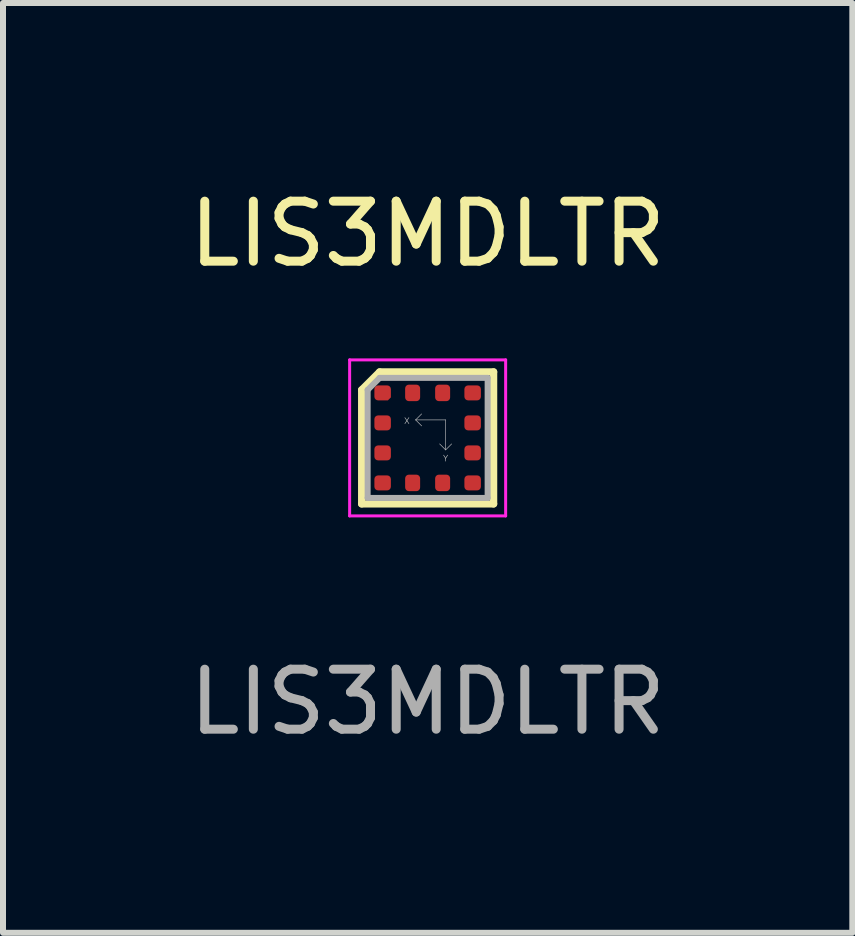
<source format=kicad_pcb>
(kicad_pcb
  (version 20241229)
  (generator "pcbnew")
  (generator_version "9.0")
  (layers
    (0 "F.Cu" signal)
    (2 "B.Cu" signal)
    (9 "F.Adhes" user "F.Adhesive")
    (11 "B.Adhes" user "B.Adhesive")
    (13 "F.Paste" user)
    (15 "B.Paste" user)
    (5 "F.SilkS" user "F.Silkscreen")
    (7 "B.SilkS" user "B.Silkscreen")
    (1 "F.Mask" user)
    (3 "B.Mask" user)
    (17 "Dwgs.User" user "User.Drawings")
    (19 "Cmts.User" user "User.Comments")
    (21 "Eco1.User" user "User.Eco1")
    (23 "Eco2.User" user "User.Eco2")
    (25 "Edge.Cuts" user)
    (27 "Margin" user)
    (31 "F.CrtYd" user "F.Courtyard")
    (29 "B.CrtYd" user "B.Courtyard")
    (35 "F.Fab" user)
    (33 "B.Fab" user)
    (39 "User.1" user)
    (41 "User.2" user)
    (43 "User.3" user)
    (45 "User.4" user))
  (footprint "LIS3MDLTR"
    (layer "F.Cu")
    (at 4.077 4.248)
    (property "Reference" "LIS3MDLTR" (at 0 -3.4 0) (unlocked yes) (layer "F.SilkS") (effects (font (size 1 1) (thickness 0.15))))
    (attr smd)
    (fp_line (start -1.1 1.1) (end -1.1 -0.8) (stroke (width 0.12) (type solid)) (layer "F.SilkS"))
    (fp_line (start -0.8 -1.1) (end -1.1 -0.8) (stroke (width 0.12) (type solid)) (layer "F.SilkS"))
    (fp_line (start -0.8 -1.1) (end 1.1 -1.1) (stroke (width 0.12) (type solid)) (layer "F.SilkS"))
    (fp_line (start 1.1 -1.1) (end 1.1 1.1) (stroke (width 0.12) (type solid)) (layer "F.SilkS"))
    (fp_line (start 1.1 1.1) (end -1.1 1.1) (stroke (width 0.12) (type solid)) (layer "F.SilkS"))
    (fp_line (start -0.2 -0.3) (end -0.1 -0.4) (stroke (width 0.01) (type solid)) (layer "Dwgs.User"))
    (fp_line (start -0.2 -0.3) (end -0.1 -0.2) (stroke (width 0.01) (type solid)) (layer "Dwgs.User"))
    (fp_line (start -0.2 -0.3) (end 0.3 -0.3) (stroke (width 0.01) (type solid)) (layer "Dwgs.User"))
    (fp_line (start 0.3 -0.3) (end 0.3 0.2) (stroke (width 0.01) (type solid)) (layer "Dwgs.User"))
    (fp_line (start 0.3 0.2) (end 0.2 0.1) (stroke (width 0.01) (type solid)) (layer "Dwgs.User"))
    (fp_line (start 0.3 0.2) (end 0.4 0.1) (stroke (width 0.01) (type solid)) (layer "Dwgs.User"))
    (fp_line (start -1.3 -1.3) (end 1.3 -1.3) (stroke (width 0.05) (type default)) (layer "F.CrtYd"))
    (fp_line (start -1.3 1.3) (end -1.3 -1.3) (stroke (width 0.05) (type default)) (layer "F.CrtYd"))
    (fp_line (start 1.3 -1.3) (end 1.3 1.3) (stroke (width 0.05) (type default)) (layer "F.CrtYd"))
    (fp_line (start 1.3 1.3) (end -1.3 1.3) (stroke (width 0.05) (type default)) (layer "F.CrtYd"))
    (fp_line (start -1 -0.8) (end -1 1) (stroke (width 0.1) (type solid)) (layer "F.Fab"))
    (fp_line (start -1 -0.8) (end -0.8 -1) (stroke (width 0.1) (type solid)) (layer "F.Fab"))
    (fp_line (start -1 1) (end 1 1) (stroke (width 0.1) (type solid)) (layer "F.Fab"))
    (fp_line (start 1 -1) (end -0.8 -1) (stroke (width 0.1) (type solid)) (layer "F.Fab"))
    (fp_line (start 1 1) (end 1 -1) (stroke (width 0.1) (type solid)) (layer "F.Fab"))
    (fp_text user "X" (at -0.4 -0.225 0) (unlocked yes) (layer "Dwgs.User") (effects (font (size 0.1 0.1) (thickness 0.01)) (justify left bottom)))
    (fp_text user "Y" (at 0.25 0.4 0) (unlocked yes) (layer "Dwgs.User") (effects (font (size 0.1 0.1) (thickness 0.01)) (justify left bottom)))
    (fp_text user "${REFERENCE}" (at 0 4.4 0) (unlocked yes) (layer "F.Fab") (effects (font (size 1 1) (thickness 0.15))))
    (pad "1" smd roundrect (at -0.75 -0.75 90) (size 0.25 0.275) (layers "F.Cu" "F.Mask" "F.Paste") (roundrect_rratio 0.25) (chamfer_ratio 0.2) (chamfer bottom_left))
    (pad "2" smd roundrect (at -0.75 -0.25 90) (size 0.25 0.275) (layers "F.Cu" "F.Mask" "F.Paste") (roundrect_rratio 0.25))
    (pad "3" smd roundrect (at -0.75 0.25 90) (size 0.25 0.275) (layers "F.Cu" "F.Mask" "F.Paste") (roundrect_rratio 0.25))
    (pad "4" smd roundrect (at -0.75 0.75 90) (size 0.25 0.275) (layers "F.Cu" "F.Mask" "F.Paste") (roundrect_rratio 0.25))
    (pad "5" smd roundrect (at -0.25 0.75 90) (size 0.275 0.25) (layers "F.Cu" "F.Mask" "F.Paste") (roundrect_rratio 0.25))
    (pad "6" smd roundrect (at 0.25 0.75 90) (size 0.275 0.25) (layers "F.Cu" "F.Mask" "F.Paste") (roundrect_rratio 0.25))
    (pad "7" smd roundrect (at 0.75 0.75 90) (size 0.25 0.275) (layers "F.Cu" "F.Mask" "F.Paste") (roundrect_rratio 0.25))
    (pad "8" smd roundrect (at 0.75 0.25 90) (size 0.25 0.275) (layers "F.Cu" "F.Mask" "F.Paste") (roundrect_rratio 0.25))
    (pad "9" smd roundrect (at 0.75 -0.25 90) (size 0.25 0.275) (layers "F.Cu" "F.Mask" "F.Paste") (roundrect_rratio 0.25))
    (pad "10" smd roundrect (at 0.75 -0.75 90) (size 0.25 0.275) (layers "F.Cu" "F.Mask" "F.Paste") (roundrect_rratio 0.25))
    (pad "11" smd roundrect (at 0.25 -0.75 90) (size 0.275 0.25) (layers "F.Cu" "F.Mask" "F.Paste") (roundrect_rratio 0.25))
    (pad "12" smd roundrect (at -0.25 -0.75 90) (size 0.275 0.25) (layers "F.Cu" "F.Mask" "F.Paste") (roundrect_rratio 0.25)))
  (gr_rect
    (start -3 -3)
    (end 11.155 12.496)
    (stroke (width 0.1) (type default))
    (fill no)
    (layer "Edge.Cuts")))
</source>
